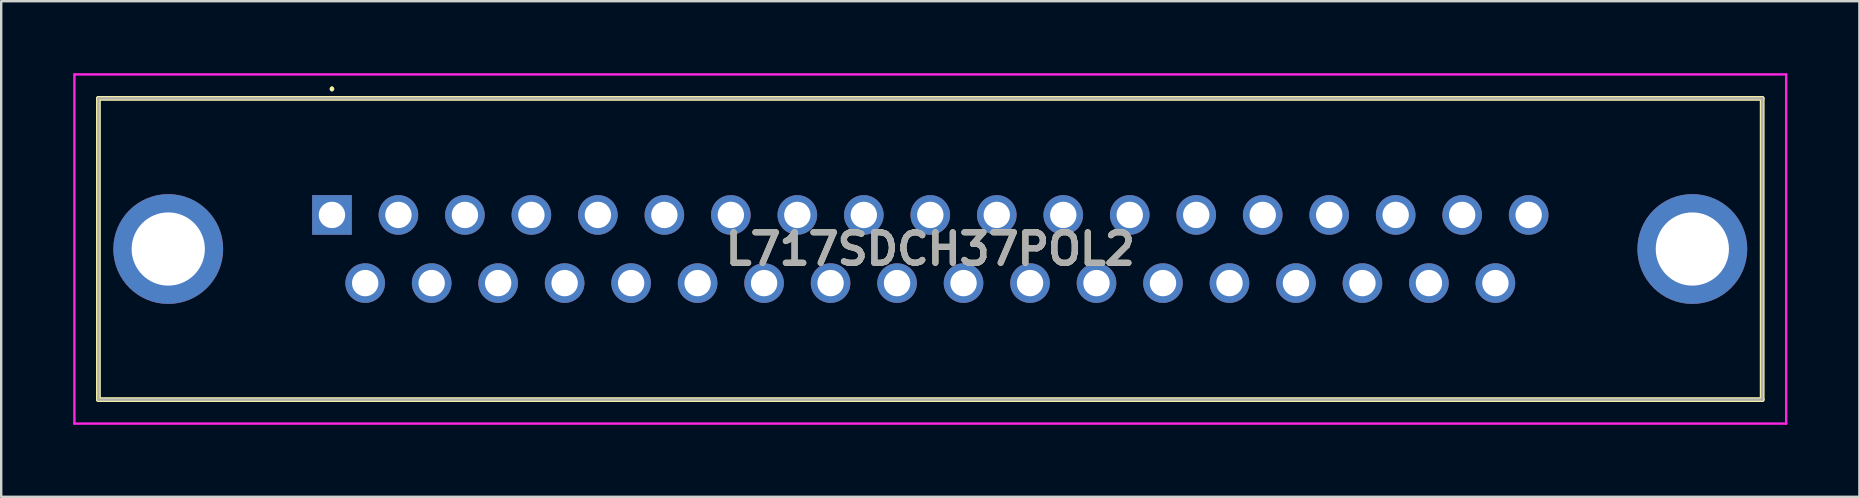
<source format=kicad_pcb>
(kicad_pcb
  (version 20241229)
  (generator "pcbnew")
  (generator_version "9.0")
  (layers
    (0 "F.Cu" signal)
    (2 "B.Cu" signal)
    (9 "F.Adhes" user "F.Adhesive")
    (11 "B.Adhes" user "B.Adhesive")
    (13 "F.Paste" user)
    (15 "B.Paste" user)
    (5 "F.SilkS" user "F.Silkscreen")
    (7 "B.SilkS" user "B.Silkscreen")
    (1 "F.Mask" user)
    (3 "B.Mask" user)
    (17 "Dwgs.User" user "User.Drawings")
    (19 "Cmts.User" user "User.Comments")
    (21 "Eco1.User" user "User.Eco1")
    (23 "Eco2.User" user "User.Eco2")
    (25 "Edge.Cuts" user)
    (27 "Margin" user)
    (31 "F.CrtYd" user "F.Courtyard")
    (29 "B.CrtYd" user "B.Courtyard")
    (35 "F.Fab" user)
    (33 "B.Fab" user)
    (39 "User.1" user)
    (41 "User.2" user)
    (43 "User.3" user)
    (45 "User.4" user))
  (footprint "L717SDCH37POL2"
    (layer "F.Cu")
    (at 10.78 5.905)
    (property "Reference" "L717SDCH37POL2" (at 24.93 1.42 0) (layer "F.SilkS") (effects (font (size 1.27 1.27) (thickness 0.254))))
    (attr through_hole)
    (fp_line (start -9.73 -4.855) (end 59.59 -4.855) (stroke (width 0.2) (type solid)) (layer "F.SilkS"))
    (fp_line (start -9.73 7.695) (end -9.73 -4.855) (stroke (width 0.2) (type solid)) (layer "F.SilkS"))
    (fp_line (start 0 -5.3) (end 0 -5.3) (stroke (width 0.1) (type solid)) (layer "F.SilkS"))
    (fp_line (start 0 -5.2) (end 0 -5.2) (stroke (width 0.1) (type solid)) (layer "F.SilkS"))
    (fp_line (start 59.59 -4.855) (end 59.59 7.695) (stroke (width 0.2) (type solid)) (layer "F.SilkS"))
    (fp_line (start 59.59 7.695) (end -9.73 7.695) (stroke (width 0.2) (type solid)) (layer "F.SilkS"))
    (fp_arc (start 0 -5.3) (mid 0.05 -5.25) (end 0 -5.2) (stroke (width 0.1) (type solid)) (layer "F.SilkS"))
    (fp_arc (start 0 -5.2) (mid -0.05 -5.25) (end 0 -5.3) (stroke (width 0.1) (type solid)) (layer "F.SilkS"))
    (fp_line (start -10.73 -5.855) (end 60.59 -5.855) (stroke (width 0.1) (type solid)) (layer "F.CrtYd"))
    (fp_line (start -10.73 8.695) (end -10.73 -5.855) (stroke (width 0.1) (type solid)) (layer "F.CrtYd"))
    (fp_line (start 60.59 -5.855) (end 60.59 8.695) (stroke (width 0.1) (type solid)) (layer "F.CrtYd"))
    (fp_line (start 60.59 8.695) (end -10.73 8.695) (stroke (width 0.1) (type solid)) (layer "F.CrtYd"))
    (fp_line (start -9.73 -4.855) (end -9.73 7.695) (stroke (width 0.1) (type solid)) (layer "F.Fab"))
    (fp_line (start -9.73 7.695) (end 59.59 7.695) (stroke (width 0.1) (type solid)) (layer "F.Fab"))
    (fp_line (start 59.59 -4.855) (end -9.73 -4.855) (stroke (width 0.1) (type solid)) (layer "F.Fab"))
    (fp_line (start 59.59 7.695) (end 59.59 -4.855) (stroke (width 0.1) (type solid)) (layer "F.Fab"))
    (fp_text user "${REFERENCE}" (at 24.93 1.42 0) (layer "F.Fab") (effects (font (size 1.27 1.27) (thickness 0.254))))
    (pad "1" thru_hole rect (at 0 0) (size 1.65 1.65) (drill 1.1) (layers "*.Cu" "*.Mask"))
    (pad "2" thru_hole circle (at 2.77 0) (size 1.65 1.65) (drill 1.1) (layers "*.Cu" "*.Mask"))
    (pad "3" thru_hole circle (at 5.54 0) (size 1.65 1.65) (drill 1.1) (layers "*.Cu" "*.Mask"))
    (pad "4" thru_hole circle (at 8.31 0) (size 1.65 1.65) (drill 1.1) (layers "*.Cu" "*.Mask"))
    (pad "5" thru_hole circle (at 11.08 0) (size 1.65 1.65) (drill 1.1) (layers "*.Cu" "*.Mask"))
    (pad "6" thru_hole circle (at 13.85 0) (size 1.65 1.65) (drill 1.1) (layers "*.Cu" "*.Mask"))
    (pad "7" thru_hole circle (at 16.62 0) (size 1.65 1.65) (drill 1.1) (layers "*.Cu" "*.Mask"))
    (pad "8" thru_hole circle (at 19.39 0) (size 1.65 1.65) (drill 1.1) (layers "*.Cu" "*.Mask"))
    (pad "9" thru_hole circle (at 22.16 0) (size 1.65 1.65) (drill 1.1) (layers "*.Cu" "*.Mask"))
    (pad "10" thru_hole circle (at 24.93 0) (size 1.65 1.65) (drill 1.1) (layers "*.Cu" "*.Mask"))
    (pad "11" thru_hole circle (at 27.7 0) (size 1.65 1.65) (drill 1.1) (layers "*.Cu" "*.Mask"))
    (pad "12" thru_hole circle (at 30.47 0) (size 1.65 1.65) (drill 1.1) (layers "*.Cu" "*.Mask"))
    (pad "13" thru_hole circle (at 33.24 0) (size 1.65 1.65) (drill 1.1) (layers "*.Cu" "*.Mask"))
    (pad "14" thru_hole circle (at 36.01 0) (size 1.65 1.65) (drill 1.1) (layers "*.Cu" "*.Mask"))
    (pad "15" thru_hole circle (at 38.78 0) (size 1.65 1.65) (drill 1.1) (layers "*.Cu" "*.Mask"))
    (pad "16" thru_hole circle (at 41.55 0) (size 1.65 1.65) (drill 1.1) (layers "*.Cu" "*.Mask"))
    (pad "17" thru_hole circle (at 44.32 0) (size 1.65 1.65) (drill 1.1) (layers "*.Cu" "*.Mask"))
    (pad "18" thru_hole circle (at 47.09 0) (size 1.65 1.65) (drill 1.1) (layers "*.Cu" "*.Mask"))
    (pad "19" thru_hole circle (at 49.86 0) (size 1.65 1.65) (drill 1.1) (layers "*.Cu" "*.Mask"))
    (pad "20" thru_hole circle (at 1.385 2.84) (size 1.65 1.65) (drill 1.1) (layers "*.Cu" "*.Mask"))
    (pad "21" thru_hole circle (at 4.155 2.84) (size 1.65 1.65) (drill 1.1) (layers "*.Cu" "*.Mask"))
    (pad "22" thru_hole circle (at 6.925 2.84) (size 1.65 1.65) (drill 1.1) (layers "*.Cu" "*.Mask"))
    (pad "23" thru_hole circle (at 9.695 2.84) (size 1.65 1.65) (drill 1.1) (layers "*.Cu" "*.Mask"))
    (pad "24" thru_hole circle (at 12.465 2.84) (size 1.65 1.65) (drill 1.1) (layers "*.Cu" "*.Mask"))
    (pad "25" thru_hole circle (at 15.235 2.84) (size 1.65 1.65) (drill 1.1) (layers "*.Cu" "*.Mask"))
    (pad "26" thru_hole circle (at 18.005 2.84) (size 1.65 1.65) (drill 1.1) (layers "*.Cu" "*.Mask"))
    (pad "27" thru_hole circle (at 20.775 2.84) (size 1.65 1.65) (drill 1.1) (layers "*.Cu" "*.Mask"))
    (pad "28" thru_hole circle (at 23.545 2.84) (size 1.65 1.65) (drill 1.1) (layers "*.Cu" "*.Mask"))
    (pad "29" thru_hole circle (at 26.315 2.84) (size 1.65 1.65) (drill 1.1) (layers "*.Cu" "*.Mask"))
    (pad "30" thru_hole circle (at 29.085 2.84) (size 1.65 1.65) (drill 1.1) (layers "*.Cu" "*.Mask"))
    (pad "31" thru_hole circle (at 31.855 2.84) (size 1.65 1.65) (drill 1.1) (layers "*.Cu" "*.Mask"))
    (pad "32" thru_hole circle (at 34.625 2.84) (size 1.65 1.65) (drill 1.1) (layers "*.Cu" "*.Mask"))
    (pad "33" thru_hole circle (at 37.395 2.84) (size 1.65 1.65) (drill 1.1) (layers "*.Cu" "*.Mask"))
    (pad "34" thru_hole circle (at 40.165 2.84) (size 1.65 1.65) (drill 1.1) (layers "*.Cu" "*.Mask"))
    (pad "35" thru_hole circle (at 42.935 2.84) (size 1.65 1.65) (drill 1.1) (layers "*.Cu" "*.Mask"))
    (pad "36" thru_hole circle (at 45.705 2.84) (size 1.65 1.65) (drill 1.1) (layers "*.Cu" "*.Mask"))
    (pad "37" thru_hole circle (at 48.475 2.84) (size 1.65 1.65) (drill 1.1) (layers "*.Cu" "*.Mask"))
    (pad "MH1" thru_hole circle (at -6.82 1.42) (size 4.575 4.575) (drill 3.05) (layers "*.Cu" "*.Mask"))
    (pad "MH2" thru_hole circle (at 56.68 1.42) (size 4.575 4.575) (drill 3.05) (layers "*.Cu" "*.Mask")))
  (gr_rect
    (start -3 -3)
    (end 74.42 17.65)
    (stroke (width 0.1) (type default))
    (fill no)
    (layer "Edge.Cuts")))
</source>
